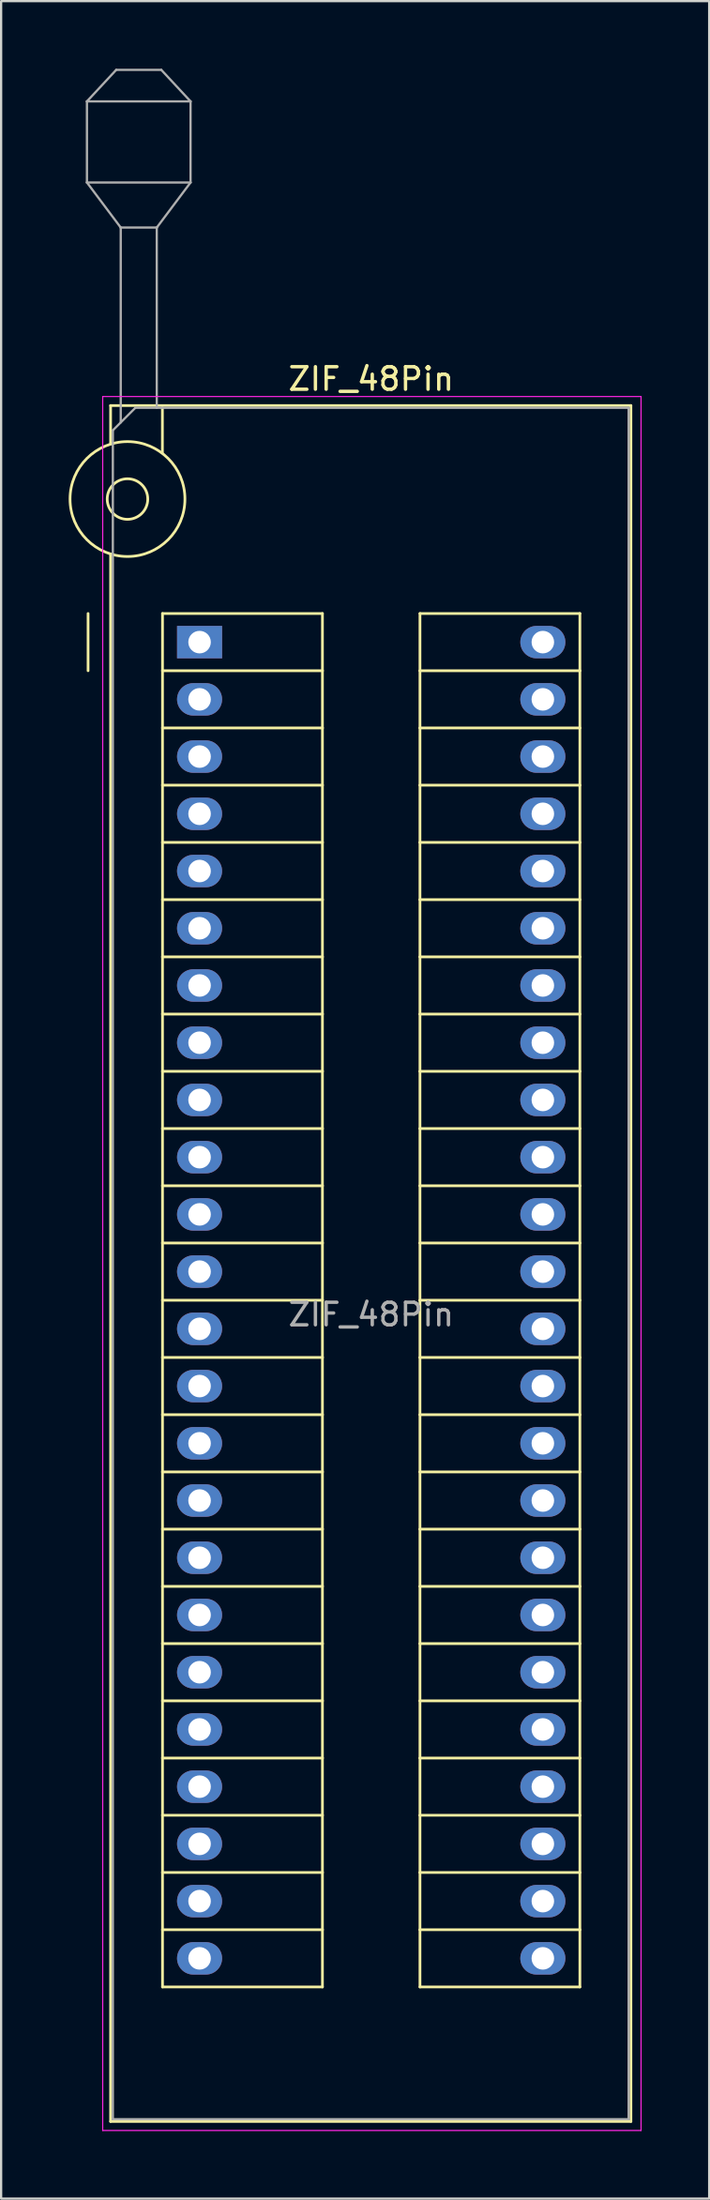
<source format=kicad_pcb>
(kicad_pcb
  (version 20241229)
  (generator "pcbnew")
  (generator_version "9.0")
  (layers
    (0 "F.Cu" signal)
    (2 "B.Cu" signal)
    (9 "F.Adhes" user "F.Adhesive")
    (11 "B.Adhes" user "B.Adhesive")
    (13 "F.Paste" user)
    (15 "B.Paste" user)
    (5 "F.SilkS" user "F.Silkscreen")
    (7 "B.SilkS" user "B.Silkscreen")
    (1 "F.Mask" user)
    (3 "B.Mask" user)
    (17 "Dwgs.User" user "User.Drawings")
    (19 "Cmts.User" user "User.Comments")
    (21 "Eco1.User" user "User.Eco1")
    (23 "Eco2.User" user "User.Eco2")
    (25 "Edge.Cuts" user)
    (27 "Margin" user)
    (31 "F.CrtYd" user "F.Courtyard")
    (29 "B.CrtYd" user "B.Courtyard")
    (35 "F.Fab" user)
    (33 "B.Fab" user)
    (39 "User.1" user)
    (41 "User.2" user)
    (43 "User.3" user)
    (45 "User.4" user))
  (footprint "ZIF_48Pin"
    (layer "F.Cu")
    (at 5.81 25.45)
    (property "Reference" "ZIF_48Pin" (at 7.62 -11.68 0) (layer "F.SilkS") (effects (font (size 1 1) (thickness 0.15))))
    (attr through_hole)
    (fp_line (start -4.95 1.27) (end -4.95 -1.27) (stroke (width 0.12) (type solid)) (layer "F.SilkS"))
    (fp_line (start -3.95 -10.5) (end -3.95 -8.8) (stroke (width 0.12) (type solid)) (layer "F.SilkS"))
    (fp_line (start -3.95 -3.9) (end -3.95 65.66) (stroke (width 0.12) (type solid)) (layer "F.SilkS"))
    (fp_line (start -3.95 65.66) (end 19.15 65.66) (stroke (width 0.12) (type solid)) (layer "F.SilkS"))
    (fp_line (start -1.65 -10.4) (end -1.65 -8.4) (stroke (width 0.12) (type solid)) (layer "F.SilkS"))
    (fp_line (start -1.645 -1.27) (end 5.455 -1.27) (stroke (width 0.12) (type solid)) (layer "F.SilkS"))
    (fp_line (start -1.645 1.27) (end -1.645 -1.27) (stroke (width 0.12) (type solid)) (layer "F.SilkS"))
    (fp_line (start -1.645 1.27) (end 5.455 1.27) (stroke (width 0.12) (type solid)) (layer "F.SilkS"))
    (fp_line (start -1.645 3.81) (end -1.645 1.27) (stroke (width 0.12) (type solid)) (layer "F.SilkS"))
    (fp_line (start -1.645 3.81) (end 5.455 3.81) (stroke (width 0.12) (type solid)) (layer "F.SilkS"))
    (fp_line (start -1.645 6.35) (end -1.645 3.81) (stroke (width 0.12) (type solid)) (layer "F.SilkS"))
    (fp_line (start -1.645 6.35) (end 5.455 6.35) (stroke (width 0.12) (type solid)) (layer "F.SilkS"))
    (fp_line (start -1.645 8.89) (end -1.645 6.35) (stroke (width 0.12) (type solid)) (layer "F.SilkS"))
    (fp_line (start -1.645 8.89) (end 5.455 8.89) (stroke (width 0.12) (type solid)) (layer "F.SilkS"))
    (fp_line (start -1.645 11.43) (end -1.645 8.89) (stroke (width 0.12) (type solid)) (layer "F.SilkS"))
    (fp_line (start -1.645 11.43) (end 5.455 11.43) (stroke (width 0.12) (type solid)) (layer "F.SilkS"))
    (fp_line (start -1.645 13.97) (end -1.645 11.43) (stroke (width 0.12) (type solid)) (layer "F.SilkS"))
    (fp_line (start -1.645 13.97) (end 5.455 13.97) (stroke (width 0.12) (type solid)) (layer "F.SilkS"))
    (fp_line (start -1.645 16.51) (end -1.645 13.97) (stroke (width 0.12) (type solid)) (layer "F.SilkS"))
    (fp_line (start -1.645 16.51) (end 5.455 16.51) (stroke (width 0.12) (type solid)) (layer "F.SilkS"))
    (fp_line (start -1.645 19.05) (end -1.645 16.51) (stroke (width 0.12) (type solid)) (layer "F.SilkS"))
    (fp_line (start -1.645 19.05) (end 5.455 19.05) (stroke (width 0.12) (type solid)) (layer "F.SilkS"))
    (fp_line (start -1.645 21.59) (end -1.645 19.05) (stroke (width 0.12) (type solid)) (layer "F.SilkS"))
    (fp_line (start -1.645 21.59) (end 5.455 21.59) (stroke (width 0.12) (type solid)) (layer "F.SilkS"))
    (fp_line (start -1.645 24.13) (end -1.645 21.59) (stroke (width 0.12) (type solid)) (layer "F.SilkS"))
    (fp_line (start -1.645 24.13) (end 5.455 24.13) (stroke (width 0.12) (type solid)) (layer "F.SilkS"))
    (fp_line (start -1.645 26.67) (end -1.645 24.13) (stroke (width 0.12) (type solid)) (layer "F.SilkS"))
    (fp_line (start -1.645 26.67) (end 5.455 26.67) (stroke (width 0.12) (type solid)) (layer "F.SilkS"))
    (fp_line (start -1.645 29.21) (end -1.645 26.67) (stroke (width 0.12) (type solid)) (layer "F.SilkS"))
    (fp_line (start -1.645 29.21) (end 5.455 29.21) (stroke (width 0.12) (type solid)) (layer "F.SilkS"))
    (fp_line (start -1.645 31.75) (end -1.645 29.21) (stroke (width 0.12) (type solid)) (layer "F.SilkS"))
    (fp_line (start -1.645 31.75) (end 5.455 31.75) (stroke (width 0.12) (type solid)) (layer "F.SilkS"))
    (fp_line (start -1.645 34.29) (end -1.645 31.75) (stroke (width 0.12) (type solid)) (layer "F.SilkS"))
    (fp_line (start -1.645 34.29) (end 5.455 34.29) (stroke (width 0.12) (type solid)) (layer "F.SilkS"))
    (fp_line (start -1.645 36.83) (end -1.645 34.29) (stroke (width 0.12) (type solid)) (layer "F.SilkS"))
    (fp_line (start -1.645 36.83) (end 5.455 36.83) (stroke (width 0.12) (type solid)) (layer "F.SilkS"))
    (fp_line (start -1.645 39.37) (end -1.645 36.83) (stroke (width 0.12) (type solid)) (layer "F.SilkS"))
    (fp_line (start -1.645 39.37) (end 5.455 39.37) (stroke (width 0.12) (type solid)) (layer "F.SilkS"))
    (fp_line (start -1.645 41.91) (end -1.645 39.37) (stroke (width 0.12) (type solid)) (layer "F.SilkS"))
    (fp_line (start -1.645 41.91) (end 5.455 41.91) (stroke (width 0.12) (type solid)) (layer "F.SilkS"))
    (fp_line (start -1.645 44.45) (end -1.645 41.91) (stroke (width 0.12) (type solid)) (layer "F.SilkS"))
    (fp_line (start -1.645 44.45) (end 5.455 44.45) (stroke (width 0.12) (type solid)) (layer "F.SilkS"))
    (fp_line (start -1.645 46.99) (end -1.645 44.45) (stroke (width 0.12) (type solid)) (layer "F.SilkS"))
    (fp_line (start -1.645 46.99) (end 5.455 46.99) (stroke (width 0.12) (type solid)) (layer "F.SilkS"))
    (fp_line (start -1.645 49.53) (end -1.645 46.99) (stroke (width 0.12) (type solid)) (layer "F.SilkS"))
    (fp_line (start -1.645 49.53) (end 5.455 49.53) (stroke (width 0.12) (type solid)) (layer "F.SilkS"))
    (fp_line (start -1.645 52.07) (end -1.645 49.53) (stroke (width 0.12) (type solid)) (layer "F.SilkS"))
    (fp_line (start -1.645 52.07) (end 5.455 52.07) (stroke (width 0.12) (type solid)) (layer "F.SilkS"))
    (fp_line (start -1.645 54.61) (end -1.645 52.07) (stroke (width 0.12) (type solid)) (layer "F.SilkS"))
    (fp_line (start -1.645 54.61) (end 5.455 54.61) (stroke (width 0.12) (type solid)) (layer "F.SilkS"))
    (fp_line (start -1.645 57.15) (end -1.645 54.61) (stroke (width 0.12) (type solid)) (layer "F.SilkS"))
    (fp_line (start -1.645 57.15) (end 5.455 57.15) (stroke (width 0.12) (type solid)) (layer "F.SilkS"))
    (fp_line (start -1.645 59.69) (end -1.645 57.15) (stroke (width 0.12) (type solid)) (layer "F.SilkS"))
    (fp_line (start -1.645 59.69) (end 5.455 59.69) (stroke (width 0.12) (type solid)) (layer "F.SilkS"))
    (fp_line (start 5.455 -1.27) (end 5.455 1.27) (stroke (width 0.12) (type solid)) (layer "F.SilkS"))
    (fp_line (start 5.455 1.27) (end 5.455 3.81) (stroke (width 0.12) (type solid)) (layer "F.SilkS"))
    (fp_line (start 5.455 3.81) (end 5.455 6.35) (stroke (width 0.12) (type solid)) (layer "F.SilkS"))
    (fp_line (start 5.455 6.35) (end 5.455 8.89) (stroke (width 0.12) (type solid)) (layer "F.SilkS"))
    (fp_line (start 5.455 8.89) (end 5.455 11.43) (stroke (width 0.12) (type solid)) (layer "F.SilkS"))
    (fp_line (start 5.455 11.43) (end 5.455 13.97) (stroke (width 0.12) (type solid)) (layer "F.SilkS"))
    (fp_line (start 5.455 13.97) (end 5.455 16.51) (stroke (width 0.12) (type solid)) (layer "F.SilkS"))
    (fp_line (start 5.455 16.51) (end 5.455 19.05) (stroke (width 0.12) (type solid)) (layer "F.SilkS"))
    (fp_line (start 5.455 19.05) (end 5.455 21.59) (stroke (width 0.12) (type solid)) (layer "F.SilkS"))
    (fp_line (start 5.455 21.59) (end 5.455 24.13) (stroke (width 0.12) (type solid)) (layer "F.SilkS"))
    (fp_line (start 5.455 24.13) (end 5.455 26.67) (stroke (width 0.12) (type solid)) (layer "F.SilkS"))
    (fp_line (start 5.455 26.67) (end 5.455 29.21) (stroke (width 0.12) (type solid)) (layer "F.SilkS"))
    (fp_line (start 5.455 29.21) (end 5.455 31.75) (stroke (width 0.12) (type solid)) (layer "F.SilkS"))
    (fp_line (start 5.455 31.75) (end 5.455 34.29) (stroke (width 0.12) (type solid)) (layer "F.SilkS"))
    (fp_line (start 5.455 34.29) (end 5.455 36.83) (stroke (width 0.12) (type solid)) (layer "F.SilkS"))
    (fp_line (start 5.455 36.83) (end 5.455 39.37) (stroke (width 0.12) (type solid)) (layer "F.SilkS"))
    (fp_line (start 5.455 39.37) (end 5.455 41.91) (stroke (width 0.12) (type solid)) (layer "F.SilkS"))
    (fp_line (start 5.455 41.91) (end 5.455 44.45) (stroke (width 0.12) (type solid)) (layer "F.SilkS"))
    (fp_line (start 5.455 44.45) (end 5.455 46.99) (stroke (width 0.12) (type solid)) (layer "F.SilkS"))
    (fp_line (start 5.455 46.99) (end 5.455 49.53) (stroke (width 0.12) (type solid)) (layer "F.SilkS"))
    (fp_line (start 5.455 49.53) (end 5.455 52.07) (stroke (width 0.12) (type solid)) (layer "F.SilkS"))
    (fp_line (start 5.455 52.07) (end 5.455 54.61) (stroke (width 0.12) (type solid)) (layer "F.SilkS"))
    (fp_line (start 5.455 54.61) (end 5.455 57.15) (stroke (width 0.12) (type solid)) (layer "F.SilkS"))
    (fp_line (start 5.455 57.15) (end 5.455 59.69) (stroke (width 0.12) (type solid)) (layer "F.SilkS"))
    (fp_line (start 9.785 -1.27) (end 16.885 -1.27) (stroke (width 0.12) (type solid)) (layer "F.SilkS"))
    (fp_line (start 9.785 1.27) (end 9.785 -1.27) (stroke (width 0.12) (type solid)) (layer "F.SilkS"))
    (fp_line (start 9.785 1.27) (end 16.885 1.27) (stroke (width 0.12) (type solid)) (layer "F.SilkS"))
    (fp_line (start 9.785 3.81) (end 9.785 1.27) (stroke (width 0.12) (type solid)) (layer "F.SilkS"))
    (fp_line (start 9.785 3.81) (end 16.885 3.81) (stroke (width 0.12) (type solid)) (layer "F.SilkS"))
    (fp_line (start 9.785 6.35) (end 9.785 3.81) (stroke (width 0.12) (type solid)) (layer "F.SilkS"))
    (fp_line (start 9.785 6.35) (end 16.885 6.35) (stroke (width 0.12) (type solid)) (layer "F.SilkS"))
    (fp_line (start 9.785 8.89) (end 9.785 6.35) (stroke (width 0.12) (type solid)) (layer "F.SilkS"))
    (fp_line (start 9.785 8.89) (end 16.885 8.89) (stroke (width 0.12) (type solid)) (layer "F.SilkS"))
    (fp_line (start 9.785 11.43) (end 9.785 8.89) (stroke (width 0.12) (type solid)) (layer "F.SilkS"))
    (fp_line (start 9.785 11.43) (end 16.885 11.43) (stroke (width 0.12) (type solid)) (layer "F.SilkS"))
    (fp_line (start 9.785 13.97) (end 9.785 11.43) (stroke (width 0.12) (type solid)) (layer "F.SilkS"))
    (fp_line (start 9.785 13.97) (end 16.885 13.97) (stroke (width 0.12) (type solid)) (layer "F.SilkS"))
    (fp_line (start 9.785 16.51) (end 9.785 13.97) (stroke (width 0.12) (type solid)) (layer "F.SilkS"))
    (fp_line (start 9.785 16.51) (end 16.885 16.51) (stroke (width 0.12) (type solid)) (layer "F.SilkS"))
    (fp_line (start 9.785 19.05) (end 9.785 16.51) (stroke (width 0.12) (type solid)) (layer "F.SilkS"))
    (fp_line (start 9.785 19.05) (end 16.885 19.05) (stroke (width 0.12) (type solid)) (layer "F.SilkS"))
    (fp_line (start 9.785 21.59) (end 9.785 19.05) (stroke (width 0.12) (type solid)) (layer "F.SilkS"))
    (fp_line (start 9.785 21.59) (end 16.885 21.59) (stroke (width 0.12) (type solid)) (layer "F.SilkS"))
    (fp_line (start 9.785 24.13) (end 9.785 21.59) (stroke (width 0.12) (type solid)) (layer "F.SilkS"))
    (fp_line (start 9.785 24.13) (end 16.885 24.13) (stroke (width 0.12) (type solid)) (layer "F.SilkS"))
    (fp_line (start 9.785 26.67) (end 9.785 24.13) (stroke (width 0.12) (type solid)) (layer "F.SilkS"))
    (fp_line (start 9.785 26.67) (end 16.885 26.67) (stroke (width 0.12) (type solid)) (layer "F.SilkS"))
    (fp_line (start 9.785 29.21) (end 9.785 26.67) (stroke (width 0.12) (type solid)) (layer "F.SilkS"))
    (fp_line (start 9.785 29.21) (end 16.885 29.21) (stroke (width 0.12) (type solid)) (layer "F.SilkS"))
    (fp_line (start 9.785 31.75) (end 9.785 29.21) (stroke (width 0.12) (type solid)) (layer "F.SilkS"))
    (fp_line (start 9.785 31.75) (end 16.885 31.75) (stroke (width 0.12) (type solid)) (layer "F.SilkS"))
    (fp_line (start 9.785 34.29) (end 9.785 31.75) (stroke (width 0.12) (type solid)) (layer "F.SilkS"))
    (fp_line (start 9.785 34.29) (end 16.885 34.29) (stroke (width 0.12) (type solid)) (layer "F.SilkS"))
    (fp_line (start 9.785 36.83) (end 9.785 34.29) (stroke (width 0.12) (type solid)) (layer "F.SilkS"))
    (fp_line (start 9.785 36.83) (end 16.885 36.83) (stroke (width 0.12) (type solid)) (layer "F.SilkS"))
    (fp_line (start 9.785 39.37) (end 9.785 36.83) (stroke (width 0.12) (type solid)) (layer "F.SilkS"))
    (fp_line (start 9.785 39.37) (end 16.885 39.37) (stroke (width 0.12) (type solid)) (layer "F.SilkS"))
    (fp_line (start 9.785 41.91) (end 9.785 39.37) (stroke (width 0.12) (type solid)) (layer "F.SilkS"))
    (fp_line (start 9.785 41.91) (end 16.885 41.91) (stroke (width 0.12) (type solid)) (layer "F.SilkS"))
    (fp_line (start 9.785 44.45) (end 9.785 41.91) (stroke (width 0.12) (type solid)) (layer "F.SilkS"))
    (fp_line (start 9.785 44.45) (end 16.885 44.45) (stroke (width 0.12) (type solid)) (layer "F.SilkS"))
    (fp_line (start 9.785 46.99) (end 9.785 44.45) (stroke (width 0.12) (type solid)) (layer "F.SilkS"))
    (fp_line (start 9.785 46.99) (end 16.885 46.99) (stroke (width 0.12) (type solid)) (layer "F.SilkS"))
    (fp_line (start 9.785 49.53) (end 9.785 46.99) (stroke (width 0.12) (type solid)) (layer "F.SilkS"))
    (fp_line (start 9.785 49.53) (end 16.885 49.53) (stroke (width 0.12) (type solid)) (layer "F.SilkS"))
    (fp_line (start 9.785 52.07) (end 9.785 49.53) (stroke (width 0.12) (type solid)) (layer "F.SilkS"))
    (fp_line (start 9.785 52.07) (end 16.885 52.07) (stroke (width 0.12) (type solid)) (layer "F.SilkS"))
    (fp_line (start 9.785 54.61) (end 9.785 52.07) (stroke (width 0.12) (type solid)) (layer "F.SilkS"))
    (fp_line (start 9.785 54.61) (end 16.885 54.61) (stroke (width 0.12) (type solid)) (layer "F.SilkS"))
    (fp_line (start 9.785 57.15) (end 9.785 54.61) (stroke (width 0.12) (type solid)) (layer "F.SilkS"))
    (fp_line (start 9.785 57.15) (end 16.885 57.15) (stroke (width 0.12) (type solid)) (layer "F.SilkS"))
    (fp_line (start 9.785 59.69) (end 9.785 57.15) (stroke (width 0.12) (type solid)) (layer "F.SilkS"))
    (fp_line (start 9.785 59.69) (end 16.885 59.69) (stroke (width 0.12) (type solid)) (layer "F.SilkS"))
    (fp_line (start 16.885 -1.27) (end 16.885 1.27) (stroke (width 0.12) (type solid)) (layer "F.SilkS"))
    (fp_line (start 16.885 1.27) (end 16.885 3.81) (stroke (width 0.12) (type solid)) (layer "F.SilkS"))
    (fp_line (start 16.885 3.81) (end 16.885 6.35) (stroke (width 0.12) (type solid)) (layer "F.SilkS"))
    (fp_line (start 16.885 6.35) (end 16.885 8.89) (stroke (width 0.12) (type solid)) (layer "F.SilkS"))
    (fp_line (start 16.885 8.89) (end 16.885 11.43) (stroke (width 0.12) (type solid)) (layer "F.SilkS"))
    (fp_line (start 16.885 11.43) (end 16.885 13.97) (stroke (width 0.12) (type solid)) (layer "F.SilkS"))
    (fp_line (start 16.885 13.97) (end 16.885 16.51) (stroke (width 0.12) (type solid)) (layer "F.SilkS"))
    (fp_line (start 16.885 16.51) (end 16.885 19.05) (stroke (width 0.12) (type solid)) (layer "F.SilkS"))
    (fp_line (start 16.885 19.05) (end 16.885 21.59) (stroke (width 0.12) (type solid)) (layer "F.SilkS"))
    (fp_line (start 16.885 21.59) (end 16.885 24.13) (stroke (width 0.12) (type solid)) (layer "F.SilkS"))
    (fp_line (start 16.885 24.13) (end 16.885 26.67) (stroke (width 0.12) (type solid)) (layer "F.SilkS"))
    (fp_line (start 16.885 26.67) (end 16.885 29.21) (stroke (width 0.12) (type solid)) (layer "F.SilkS"))
    (fp_line (start 16.885 29.21) (end 16.885 31.75) (stroke (width 0.12) (type solid)) (layer "F.SilkS"))
    (fp_line (start 16.885 31.75) (end 16.885 34.29) (stroke (width 0.12) (type solid)) (layer "F.SilkS"))
    (fp_line (start 16.885 34.29) (end 16.885 36.83) (stroke (width 0.12) (type solid)) (layer "F.SilkS"))
    (fp_line (start 16.885 36.83) (end 16.885 39.37) (stroke (width 0.12) (type solid)) (layer "F.SilkS"))
    (fp_line (start 16.885 39.37) (end 16.885 41.91) (stroke (width 0.12) (type solid)) (layer "F.SilkS"))
    (fp_line (start 16.885 41.91) (end 16.885 44.45) (stroke (width 0.12) (type solid)) (layer "F.SilkS"))
    (fp_line (start 16.885 44.45) (end 16.885 46.99) (stroke (width 0.12) (type solid)) (layer "F.SilkS"))
    (fp_line (start 16.885 46.99) (end 16.885 49.53) (stroke (width 0.12) (type solid)) (layer "F.SilkS"))
    (fp_line (start 16.885 49.53) (end 16.885 52.07) (stroke (width 0.12) (type solid)) (layer "F.SilkS"))
    (fp_line (start 16.885 52.07) (end 16.885 54.61) (stroke (width 0.12) (type solid)) (layer "F.SilkS"))
    (fp_line (start 16.885 54.61) (end 16.885 57.15) (stroke (width 0.12) (type solid)) (layer "F.SilkS"))
    (fp_line (start 16.885 57.15) (end 16.885 59.69) (stroke (width 0.12) (type solid)) (layer "F.SilkS"))
    (fp_line (start 19.15 -10.5) (end -3.95 -10.5) (stroke (width 0.12) (type solid)) (layer "F.SilkS"))
    (fp_line (start 19.15 65.66) (end 19.15 -10.5) (stroke (width 0.12) (type solid)) (layer "F.SilkS"))
    (fp_circle (center -3.2 -6.35) (end -2.3 -6.35) (stroke (width 0.12) (type solid)) (fill no) (layer "F.SilkS"))
    (fp_circle (center -3.2 -6.35) (end -0.65 -6.35) (stroke (width 0.12) (type solid)) (fill no) (layer "F.SilkS"))
    (fp_line (start -4.3 66.06) (end -4.3 -10.9) (stroke (width 0.05) (type solid)) (layer "F.CrtYd"))
    (fp_line (start 19.6 -10.9) (end -4.3 -10.9) (stroke (width 0.05) (type solid)) (layer "F.CrtYd"))
    (fp_line (start 19.6 66.06) (end -4.3 66.06) (stroke (width 0.05) (type solid)) (layer "F.CrtYd"))
    (fp_line (start 19.6 66.06) (end 19.6 -10.9) (stroke (width 0.05) (type solid)) (layer "F.CrtYd"))
    (fp_line (start -5 -24) (end -0.4 -24) (stroke (width 0.1) (type solid)) (layer "F.Fab"))
    (fp_line (start -5 -20.4) (end -5 -24) (stroke (width 0.1) (type solid)) (layer "F.Fab"))
    (fp_line (start -5 -20.4) (end -3.5 -18.4) (stroke (width 0.1) (type solid)) (layer "F.Fab"))
    (fp_line (start -5 -20.4) (end -0.4 -20.4) (stroke (width 0.1) (type solid)) (layer "F.Fab"))
    (fp_line (start -3.85 -9.4) (end -2.85 -10.4) (stroke (width 0.1) (type solid)) (layer "F.Fab"))
    (fp_line (start -3.85 65.56) (end -3.85 -9.4) (stroke (width 0.1) (type solid)) (layer "F.Fab"))
    (fp_line (start -3.85 65.56) (end 19.05 65.56) (stroke (width 0.1) (type solid)) (layer "F.Fab"))
    (fp_line (start -3.7 -25.4) (end -5 -24) (stroke (width 0.1) (type solid)) (layer "F.Fab"))
    (fp_line (start -3.7 -25.4) (end -1.7 -25.4) (stroke (width 0.1) (type solid)) (layer "F.Fab"))
    (fp_line (start -3.5 -18.4) (end -3.5 -9.75) (stroke (width 0.1) (type solid)) (layer "F.Fab"))
    (fp_line (start -2.85 -10.4) (end 19.05 -10.4) (stroke (width 0.1) (type solid)) (layer "F.Fab"))
    (fp_line (start -1.9 -18.4) (end -3.5 -18.4) (stroke (width 0.1) (type solid)) (layer "F.Fab"))
    (fp_line (start -1.9 -18.4) (end -1.9 -10.4) (stroke (width 0.1) (type solid)) (layer "F.Fab"))
    (fp_line (start -1.7 -25.4) (end -0.4 -24) (stroke (width 0.1) (type solid)) (layer "F.Fab"))
    (fp_line (start -0.4 -20.4) (end -1.9 -18.4) (stroke (width 0.1) (type solid)) (layer "F.Fab"))
    (fp_line (start -0.4 -20.4) (end -0.4 -24) (stroke (width 0.1) (type solid)) (layer "F.Fab"))
    (fp_line (start 19.05 65.56) (end 19.05 -10.4) (stroke (width 0.1) (type solid)) (layer "F.Fab"))
    (fp_text user "${REFERENCE}" (at 7.62 29.845 0) (layer "F.Fab") (effects (font (size 1 1) (thickness 0.15))))
    (pad "1" thru_hole rect (at 0 0) (size 2 1.44) (drill 1) (layers "*.Cu" "*.Mask"))
    (pad "2" thru_hole oval (at 0 2.54) (size 2 1.44) (drill 1) (layers "*.Cu" "*.Mask"))
    (pad "3" thru_hole oval (at 0 5.08) (size 2 1.44) (drill 1) (layers "*.Cu" "*.Mask"))
    (pad "4" thru_hole oval (at 0 7.62) (size 2 1.44) (drill 1) (layers "*.Cu" "*.Mask"))
    (pad "5" thru_hole oval (at 0 10.16) (size 2 1.44) (drill 1) (layers "*.Cu" "*.Mask"))
    (pad "6" thru_hole oval (at 0 12.7) (size 2 1.44) (drill 1) (layers "*.Cu" "*.Mask"))
    (pad "7" thru_hole oval (at 0 15.24) (size 2 1.44) (drill 1) (layers "*.Cu" "*.Mask"))
    (pad "8" thru_hole oval (at 0 17.78) (size 2 1.44) (drill 1) (layers "*.Cu" "*.Mask"))
    (pad "9" thru_hole oval (at 0 20.32) (size 2 1.44) (drill 1) (layers "*.Cu" "*.Mask"))
    (pad "10" thru_hole oval (at 0 22.86) (size 2 1.44) (drill 1) (layers "*.Cu" "*.Mask"))
    (pad "11" thru_hole oval (at 0 25.4) (size 2 1.44) (drill 1) (layers "*.Cu" "*.Mask"))
    (pad "12" thru_hole oval (at 0 27.94) (size 2 1.44) (drill 1) (layers "*.Cu" "*.Mask"))
    (pad "13" thru_hole oval (at 0 30.48) (size 2 1.44) (drill 1) (layers "*.Cu" "*.Mask"))
    (pad "14" thru_hole oval (at 0 33.02) (size 2 1.44) (drill 1) (layers "*.Cu" "*.Mask"))
    (pad "15" thru_hole oval (at 0 35.56) (size 2 1.44) (drill 1) (layers "*.Cu" "*.Mask"))
    (pad "16" thru_hole oval (at 0 38.1) (size 2 1.44) (drill 1) (layers "*.Cu" "*.Mask"))
    (pad "17" thru_hole oval (at 0 40.64) (size 2 1.44) (drill 1) (layers "*.Cu" "*.Mask"))
    (pad "18" thru_hole oval (at 0 43.18) (size 2 1.44) (drill 1) (layers "*.Cu" "*.Mask"))
    (pad "19" thru_hole oval (at 0 45.72) (size 2 1.44) (drill 1) (layers "*.Cu" "*.Mask"))
    (pad "20" thru_hole oval (at 0 48.26) (size 2 1.44) (drill 1) (layers "*.Cu" "*.Mask"))
    (pad "21" thru_hole oval (at 0 50.8) (size 2 1.44) (drill 1) (layers "*.Cu" "*.Mask"))
    (pad "22" thru_hole oval (at 0 53.34) (size 2 1.44) (drill 1) (layers "*.Cu" "*.Mask"))
    (pad "23" thru_hole oval (at 0 55.88) (size 2 1.44) (drill 1) (layers "*.Cu" "*.Mask"))
    (pad "24" thru_hole oval (at 0 58.42) (size 2 1.44) (drill 1) (layers "*.Cu" "*.Mask"))
    (pad "25" thru_hole oval (at 15.24 58.42) (size 2 1.44) (drill 1) (layers "*.Cu" "*.Mask"))
    (pad "26" thru_hole oval (at 15.24 55.88) (size 2 1.44) (drill 1) (layers "*.Cu" "*.Mask"))
    (pad "27" thru_hole oval (at 15.24 53.34) (size 2 1.44) (drill 1) (layers "*.Cu" "*.Mask"))
    (pad "28" thru_hole oval (at 15.24 50.8) (size 2 1.44) (drill 1) (layers "*.Cu" "*.Mask"))
    (pad "29" thru_hole oval (at 15.24 48.26) (size 2 1.44) (drill 1) (layers "*.Cu" "*.Mask"))
    (pad "30" thru_hole oval (at 15.24 45.72) (size 2 1.44) (drill 1) (layers "*.Cu" "*.Mask"))
    (pad "31" thru_hole oval (at 15.24 43.18) (size 2 1.44) (drill 1) (layers "*.Cu" "*.Mask"))
    (pad "32" thru_hole oval (at 15.24 40.64) (size 2 1.44) (drill 1) (layers "*.Cu" "*.Mask"))
    (pad "33" thru_hole oval (at 15.24 38.1) (size 2 1.44) (drill 1) (layers "*.Cu" "*.Mask"))
    (pad "34" thru_hole oval (at 15.24 35.56) (size 2 1.44) (drill 1) (layers "*.Cu" "*.Mask"))
    (pad "35" thru_hole oval (at 15.24 33.02) (size 2 1.44) (drill 1) (layers "*.Cu" "*.Mask"))
    (pad "36" thru_hole oval (at 15.24 30.48) (size 2 1.44) (drill 1) (layers "*.Cu" "*.Mask"))
    (pad "37" thru_hole oval (at 15.24 27.94) (size 2 1.44) (drill 1) (layers "*.Cu" "*.Mask"))
    (pad "38" thru_hole oval (at 15.24 25.4) (size 2 1.44) (drill 1) (layers "*.Cu" "*.Mask"))
    (pad "39" thru_hole oval (at 15.24 22.86) (size 2 1.44) (drill 1) (layers "*.Cu" "*.Mask"))
    (pad "40" thru_hole oval (at 15.24 20.32) (size 2 1.44) (drill 1) (layers "*.Cu" "*.Mask"))
    (pad "41" thru_hole oval (at 15.24 17.78) (size 2 1.44) (drill 1) (layers "*.Cu" "*.Mask"))
    (pad "42" thru_hole oval (at 15.24 15.24) (size 2 1.44) (drill 1) (layers "*.Cu" "*.Mask"))
    (pad "43" thru_hole oval (at 15.24 12.7) (size 2 1.44) (drill 1) (layers "*.Cu" "*.Mask"))
    (pad "44" thru_hole oval (at 15.24 10.16) (size 2 1.44) (drill 1) (layers "*.Cu" "*.Mask"))
    (pad "45" thru_hole oval (at 15.24 7.62) (size 2 1.44) (drill 1) (layers "*.Cu" "*.Mask"))
    (pad "46" thru_hole oval (at 15.24 5.08) (size 2 1.44) (drill 1) (layers "*.Cu" "*.Mask"))
    (pad "47" thru_hole oval (at 15.24 2.54) (size 2 1.44) (drill 1) (layers "*.Cu" "*.Mask"))
    (pad "48" thru_hole oval (at 15.24 0) (size 2 1.44) (drill 1) (layers "*.Cu" "*.Mask")))
  (gr_rect
    (start -3 -3)
    (end 28.435 94.535)
    (stroke (width 0.1) (type default))
    (fill no)
    (layer "Edge.Cuts")))
</source>
